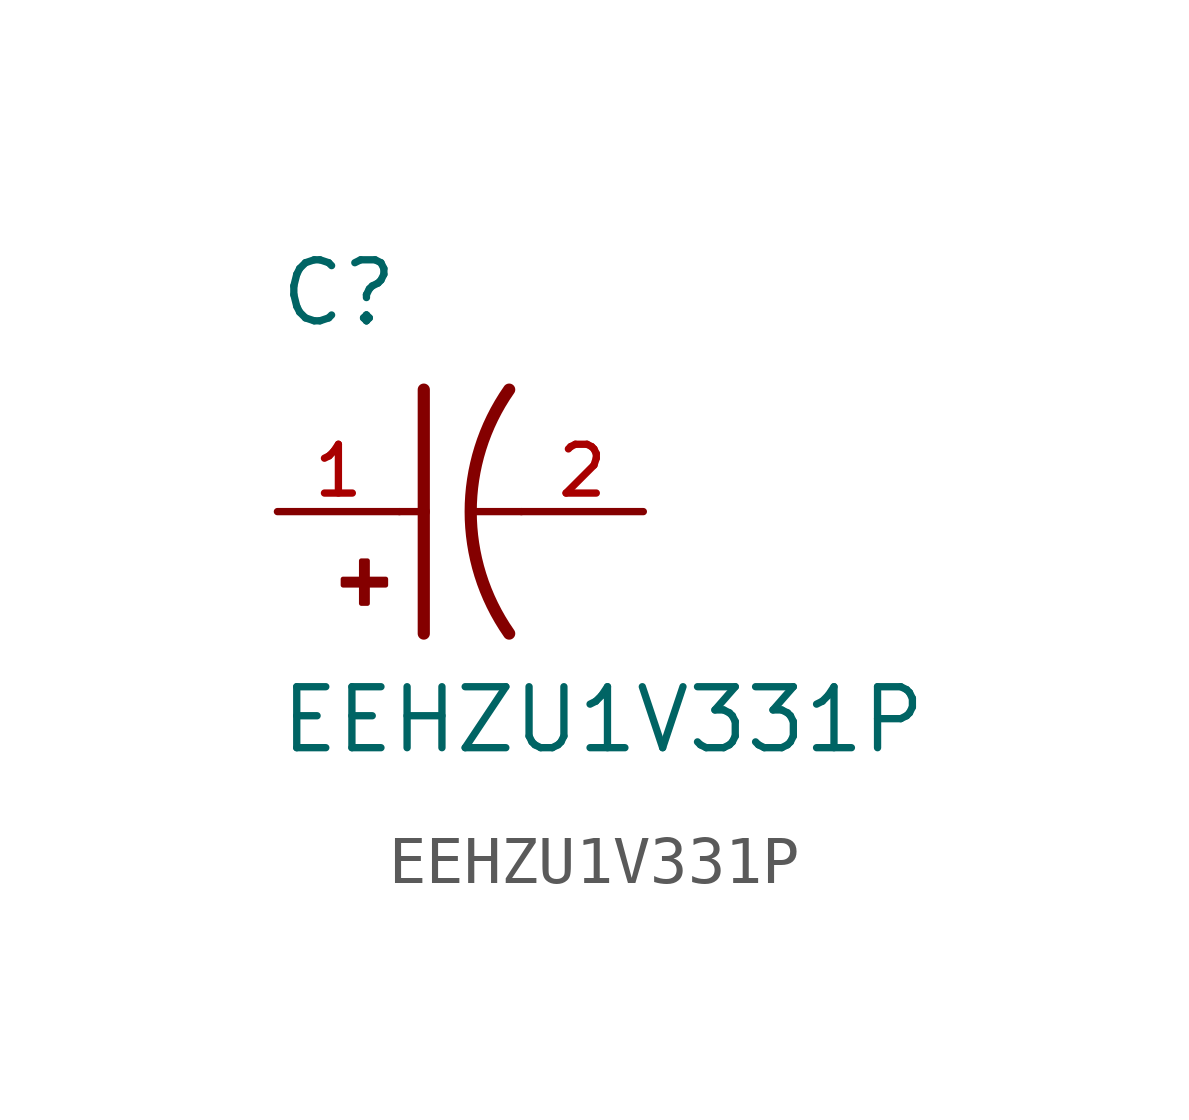
<source format=kicad_sym>
(kicad_symbol_lib
  (version 20211014)
  (generator kicad_symbol_editor)
  (symbol "EEHZU1V331P"
    (pin_names
      (offset 1.016))
    (property "Reference" "C"
      (at -2.54 3.81 0)
      (effects (font (size 1.27 1.27)) (justify bottom left)))
    (property "Value" "EEHZU1V331P"
      (at -2.54 -5.08 0)
      (effects (font (size 1.27 1.27)) (justify bottom left)))
    (symbol "EEHZU1V331P_0_0"
      (arc (start 2.286 -2.54) (mid 1.4851 -0.0) (end 2.286 2.54) (stroke (width 0.254) (type default) (color 0 0 0 0)) (fill (type none)))
      (polyline (pts (xy 0.508 2.54) (xy 0.508 0.0)) (stroke (width 0.254)))
      (rectangle (start -1.173 -1.532) (end -0.284 -1.405) (stroke (width 0.1)) (fill (type outline)))
      (rectangle (start -0.792 -1.913) (end -0.665 -1.024) (stroke (width 0.1)) (fill (type outline)))
      (polyline (pts (xy 0.508 0.0) (xy 0.508 -2.54)) (stroke (width 0.254)))
      (polyline (pts (xy 0.0 0.0) (xy 0.508 0.0)) (stroke (width 0.152)))
      (polyline (pts (xy 2.54 0.0) (xy 1.524 0.0)) (stroke (width 0.152)))
      (pin passive line (at -2.54 0.0 0) (length 2.54) (name "~" (effects (font (size 1.016 1.016)))) (number "1" (effects (font (size 1.016 1.016)))))
      (pin passive line (at 5.08 0.0 180.0) (length 2.54) (name "~" (effects (font (size 1.016 1.016)))) (number "2" (effects (font (size 1.016 1.016))))))))
</source>
